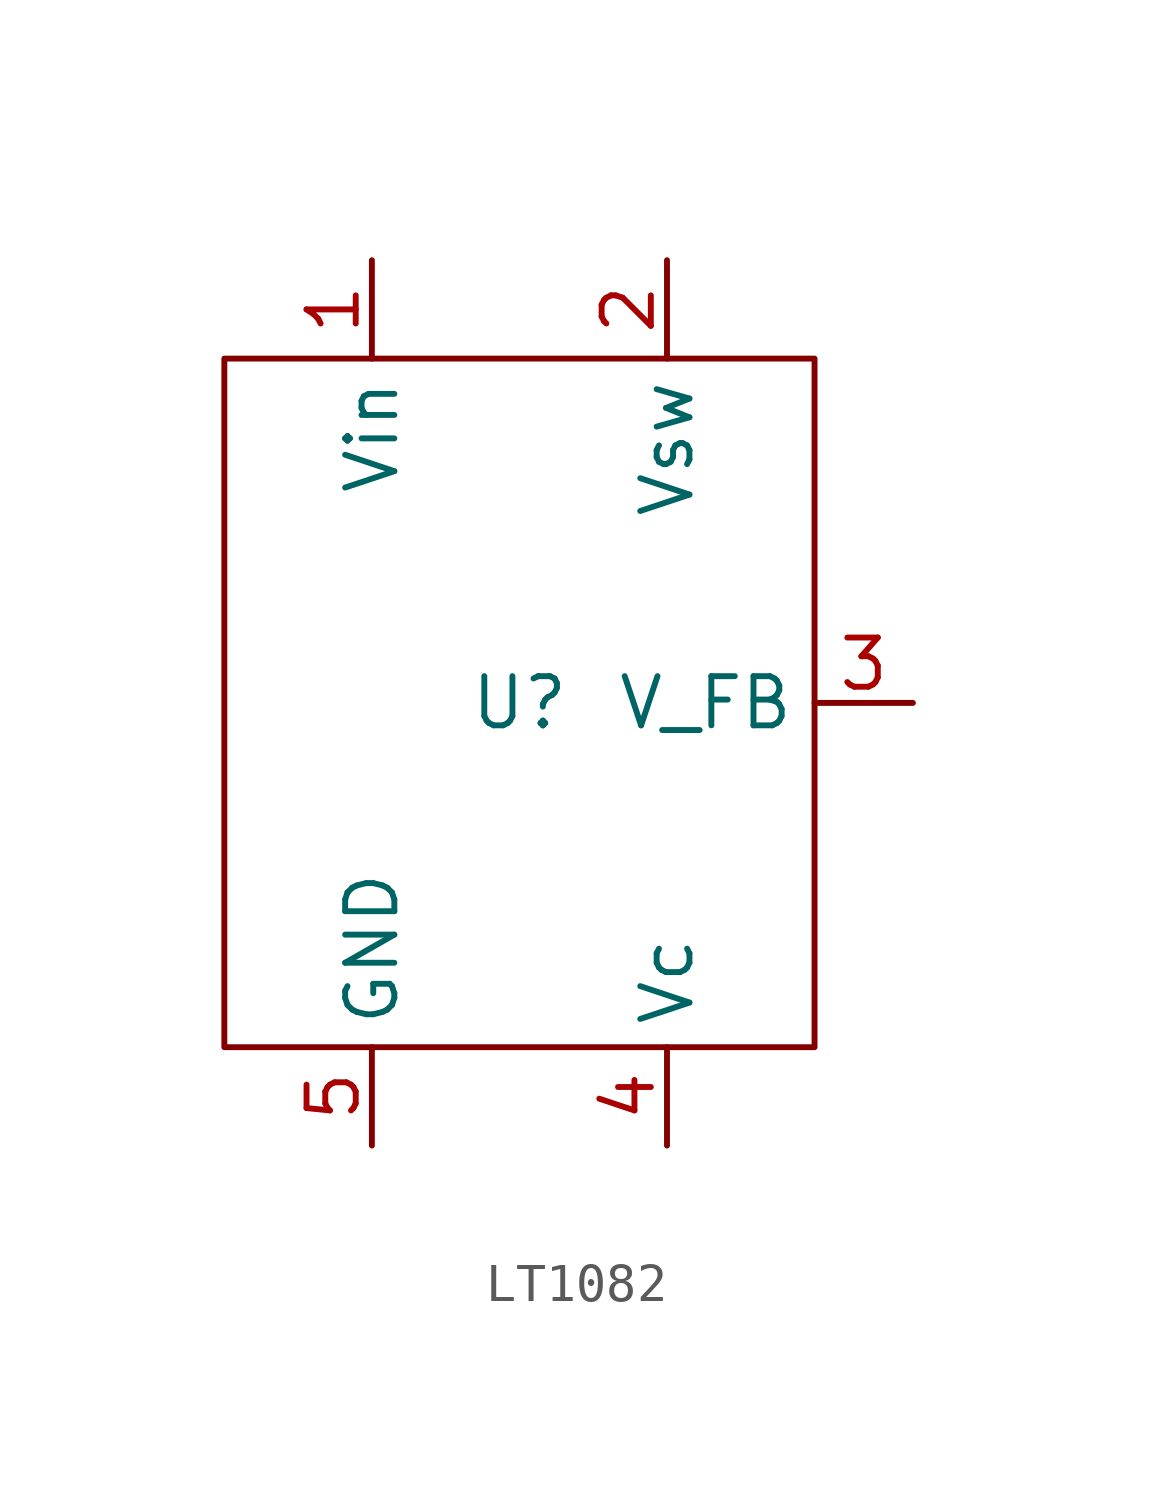
<source format=kicad_sym>
(kicad_symbol_lib
  (version 20220914)
  (generator kicad_symbol_editor)
  (symbol "LT1082"
    (property "Reference" "U"
      (at 0 0 0)
      (effects (font (size 1.27 1.27))))
    (property "Value" ""
      (at 0 0 0)
      (effects (font (size 1.27 1.27))))
    (symbol "LT1082_0_1"
      (rectangle (start -7.62 8.89) (end 7.62 -8.89) (stroke (width 0) (type default)) (fill (type none))))
    (symbol "LT1082_1_1"
      (pin input line (at -3.81 11.43 270) (length 2.54) (name "Vin" (effects (font (size 1.27 1.27)))) (number "1" (effects (font (size 1.27 1.27)))))
      (pin output line (at 3.81 11.43 270) (length 2.54) (name "Vsw" (effects (font (size 1.27 1.27)))) (number "2" (effects (font (size 1.27 1.27)))))
      (pin input line (at 10.16 0 180) (length 2.54) (name "V_FB" (effects (font (size 1.27 1.27)))) (number "3" (effects (font (size 1.27 1.27)))))
      (pin passive line (at 3.81 -11.43 90) (length 2.54) (name "Vc" (effects (font (size 1.27 1.27)))) (number "4" (effects (font (size 1.27 1.27)))))
      (pin passive line (at -3.81 -11.43 90) (length 2.54) (name "GND" (effects (font (size 1.27 1.27)))) (number "5" (effects (font (size 1.27 1.27))))))))
</source>
